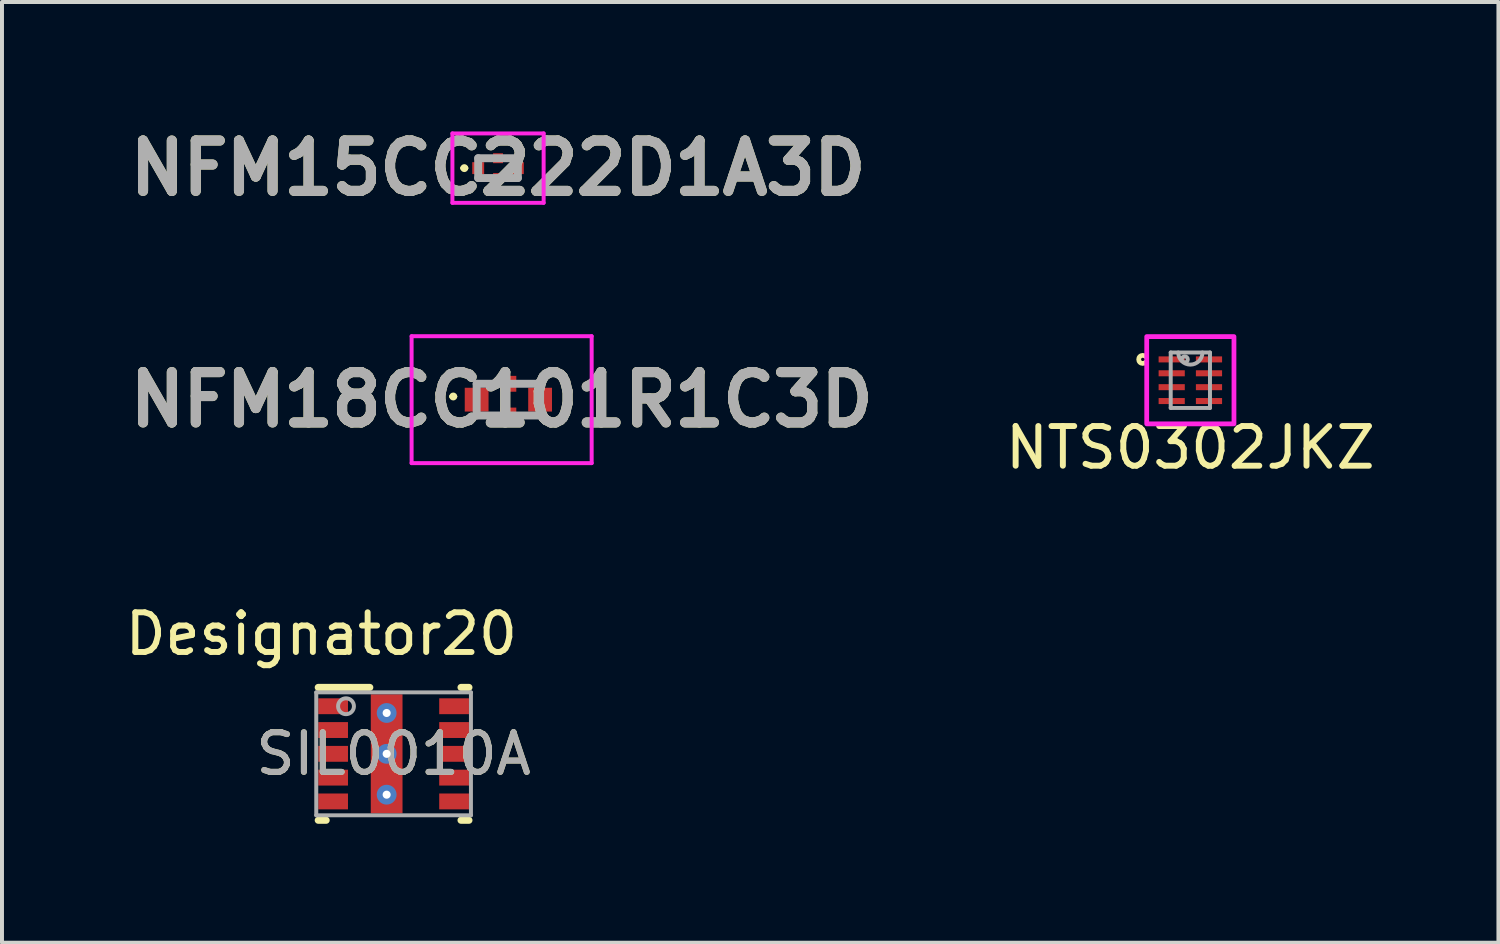
<source format=kicad_pcb>
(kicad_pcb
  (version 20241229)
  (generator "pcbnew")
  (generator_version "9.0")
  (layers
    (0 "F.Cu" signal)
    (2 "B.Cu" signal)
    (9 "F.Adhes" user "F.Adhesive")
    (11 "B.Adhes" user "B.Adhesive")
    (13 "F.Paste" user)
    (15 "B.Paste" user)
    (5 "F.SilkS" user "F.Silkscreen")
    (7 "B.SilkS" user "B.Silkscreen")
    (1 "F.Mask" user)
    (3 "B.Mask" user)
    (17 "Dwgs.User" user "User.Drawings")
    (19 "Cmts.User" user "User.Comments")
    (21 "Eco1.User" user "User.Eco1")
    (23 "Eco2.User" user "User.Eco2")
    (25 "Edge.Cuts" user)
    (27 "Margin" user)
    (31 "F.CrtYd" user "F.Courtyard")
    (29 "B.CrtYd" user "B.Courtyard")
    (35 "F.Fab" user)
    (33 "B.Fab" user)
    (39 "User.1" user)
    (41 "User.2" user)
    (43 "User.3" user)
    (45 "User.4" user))
  (footprint "NFM18CC101R1C3D"
    (layer "F.Cu")
    (at 9.768 7.027)
    (property "Reference" "NFM18CC101R1C3D" (at -0.17 0 0) (layer "F.SilkS") (effects (font (size 1.27 1.27) (thickness 0.254))))
    (attr smd)
    (fp_line (start -1.44 -0.08) (end -1.44 -0.08) (stroke (width 0.1) (type solid)) (layer "F.SilkS"))
    (fp_line (start -1.34 -0.08) (end -1.34 -0.08) (stroke (width 0.1) (type solid)) (layer "F.SilkS"))
    (fp_arc (start -1.44 -0.08) (mid -1.39 -0.13) (end -1.34 -0.08) (stroke (width 0.1) (type solid)) (layer "F.SilkS"))
    (fp_arc (start -1.34 -0.08) (mid -1.39 -0.03) (end -1.44 -0.08) (stroke (width 0.1) (type solid)) (layer "F.SilkS"))
    (fp_line (start -2.44 -1.6) (end 2.1 -1.6) (stroke (width 0.1) (type solid)) (layer "F.CrtYd"))
    (fp_line (start -2.44 1.6) (end -2.44 -1.6) (stroke (width 0.1) (type solid)) (layer "F.CrtYd"))
    (fp_line (start 2.1 -1.6) (end 2.1 1.6) (stroke (width 0.1) (type solid)) (layer "F.CrtYd"))
    (fp_line (start 2.1 1.6) (end -2.44 1.6) (stroke (width 0.1) (type solid)) (layer "F.CrtYd"))
    (fp_line (start -0.8 -0.4) (end 0.8 -0.4) (stroke (width 0.2) (type solid)) (layer "F.Fab"))
    (fp_line (start -0.8 0.4) (end -0.8 -0.4) (stroke (width 0.2) (type solid)) (layer "F.Fab"))
    (fp_line (start 0.8 -0.4) (end 0.8 0.4) (stroke (width 0.2) (type solid)) (layer "F.Fab"))
    (fp_line (start 0.8 0.4) (end -0.8 0.4) (stroke (width 0.2) (type solid)) (layer "F.Fab"))
    (fp_text user "${REFERENCE}" (at -0.17 0 0) (layer "F.Fab") (effects (font (size 1.27 1.27) (thickness 0.254))))
    (pad "1" smd rect (at -0.8 0) (size 0.6 0.6) (layers "F.Cu" "F.Mask" "F.Paste"))
    (pad "2" smd rect (at 0 -0.4) (size 0.4 0.4) (layers "F.Cu" "F.Mask" "F.Paste"))
    (pad "2" smd rect (at 0 0.4) (size 0.4 0.4) (layers "F.Cu" "F.Mask" "F.Paste"))
    (pad "3" smd rect (at 0.8 0) (size 0.6 0.6) (layers "F.Cu" "F.Mask" "F.Paste")))
  (footprint "SIL0010A"
    (layer "F.Cu")
    (at 6.874 15.957)
    (property "Reference" "SIL0010A" (at 0 0 0) (unlocked yes) (layer "F.SilkS") (effects (font (size 1 1) (thickness 0.15))))
    (attr smd)
    (fp_line (start -1.9 -1.675) (end -0.6 -1.675) (stroke (width 0.178) (type solid)) (layer "F.SilkS"))
    (fp_line (start -1.9 1.675) (end -1.7 1.675) (stroke (width 0.178) (type solid)) (layer "F.SilkS"))
    (fp_line (start 1.7 -1.675) (end 1.9 -1.675) (stroke (width 0.178) (type solid)) (layer "F.SilkS"))
    (fp_line (start 1.7 1.675) (end 1.9 1.675) (stroke (width 0.178) (type solid)) (layer "F.SilkS"))
    (fp_poly (pts (xy -0.525 -0.663) (xy -0.525 -1.397) (xy -0.524 -1.407) (xy -0.521 -1.416) (xy -0.517 -1.425) (xy -0.511 -1.432) (xy -0.503 -1.438) (xy -0.495 -1.443) (xy -0.486 -1.446) (xy -0.476 -1.446) (xy 0.126 -1.446) (xy 0.136 -1.446) (xy 0.145 -1.443) (xy 0.153 -1.438) (xy 0.161 -1.432) (xy 0.167 -1.425) (xy 0.171 -1.416) (xy 0.174 -1.407) (xy 0.175 -1.397) (xy 0.175 -0.663) (xy 0.174 -0.653) (xy 0.171 -0.644) (xy 0.167 -0.635) (xy 0.161 -0.628) (xy 0.153 -0.622) (xy 0.145 -0.617) (xy 0.136 -0.614) (xy 0.126 -0.613) (xy -0.476 -0.613) (xy -0.486 -0.614) (xy -0.495 -0.617) (xy -0.503 -0.622) (xy -0.511 -0.628) (xy -0.517 -0.635) (xy -0.521 -0.644) (xy -0.524 -0.653)) (stroke (width 0) (type solid)) (fill yes) (layer "F.Paste"))
    (fp_poly (pts (xy -0.525 0.367) (xy -0.525 -0.367) (xy -0.524 -0.377) (xy -0.521 -0.386) (xy -0.517 -0.395) (xy -0.511 -0.402) (xy -0.503 -0.408) (xy -0.495 -0.413) (xy -0.486 -0.416) (xy -0.476 -0.416) (xy 0.126 -0.416) (xy 0.136 -0.416) (xy 0.145 -0.413) (xy 0.153 -0.408) (xy 0.161 -0.402) (xy 0.167 -0.395) (xy 0.171 -0.386) (xy 0.174 -0.377) (xy 0.175 -0.367) (xy 0.175 0.367) (xy 0.174 0.377) (xy 0.171 0.386) (xy 0.167 0.395) (xy 0.161 0.402) (xy 0.153 0.408) (xy 0.145 0.413) (xy 0.136 0.416) (xy 0.126 0.416) (xy -0.476 0.416) (xy -0.486 0.416) (xy -0.495 0.413) (xy -0.503 0.408) (xy -0.511 0.402) (xy -0.517 0.395) (xy -0.521 0.386) (xy -0.524 0.377)) (stroke (width 0) (type solid)) (fill yes) (layer "F.Paste"))
    (fp_poly (pts (xy -0.525 1.397) (xy -0.525 0.663) (xy -0.524 0.653) (xy -0.521 0.644) (xy -0.517 0.635) (xy -0.511 0.628) (xy -0.503 0.622) (xy -0.495 0.617) (xy -0.486 0.614) (xy -0.476 0.613) (xy 0.126 0.613) (xy 0.136 0.614) (xy 0.145 0.617) (xy 0.153 0.622) (xy 0.161 0.628) (xy 0.167 0.635) (xy 0.171 0.644) (xy 0.174 0.653) (xy 0.175 0.663) (xy 0.175 1.397) (xy 0.174 1.407) (xy 0.171 1.416) (xy 0.167 1.425) (xy 0.161 1.432) (xy 0.153 1.438) (xy 0.145 1.443) (xy 0.136 1.446) (xy 0.126 1.446) (xy -0.476 1.446) (xy -0.486 1.446) (xy -0.495 1.443) (xy -0.503 1.438) (xy -0.511 1.432) (xy -0.517 1.425) (xy -0.521 1.416) (xy -0.524 1.407)) (stroke (width 0) (type solid)) (fill yes) (layer "F.Paste"))
    (fp_line (start -1.95 -1.55) (end 1.95 -1.55) (stroke (width 0.1) (type solid)) (layer "F.Fab"))
    (fp_line (start -1.95 1.55) (end -1.95 -1.55) (stroke (width 0.1) (type solid)) (layer "F.Fab"))
    (fp_line (start -1.95 1.55) (end 1.95 1.55) (stroke (width 0.1) (type solid)) (layer "F.Fab"))
    (fp_line (start 1.95 1.55) (end 1.95 -1.55) (stroke (width 0.1) (type solid)) (layer "F.Fab"))
    (fp_circle (center -1.2 -1.2) (end -1 -1.2) (stroke (width 0.1) (type solid)) (fill no) (layer "F.Fab"))
    (fp_text user "Designator20" (at -1.821 -3.023 0) (unlocked yes) (layer "F.SilkS") (effects (font (size 1 1) (thickness 0.15))))
    (fp_text user "${REFERENCE}" (at 0 0 0) (unlocked yes) (layer "F.Fab") (effects (font (size 1 1) (thickness 0.15))))
    (pad "1" smd rect (at -1.525 -1.2) (size 0.75 0.4) (layers "F.Cu" "F.Mask" "F.Paste"))
    (pad "2" smd rect (at -1.525 -0.6) (size 0.75 0.4) (layers "F.Cu" "F.Mask" "F.Paste"))
    (pad "3" smd rect (at -1.525 0.000003) (size 0.75 0.4) (layers "F.Cu" "F.Mask" "F.Paste"))
    (pad "4" smd rect (at -1.525 0.6) (size 0.75 0.4) (layers "F.Cu" "F.Mask" "F.Paste"))
    (pad "5" smd rect (at -1.525 1.2) (size 0.75 0.4) (layers "F.Cu" "F.Mask" "F.Paste"))
    (pad "6" smd rect (at 1.525 1.2) (size 0.75 0.4) (layers "F.Cu" "F.Mask" "F.Paste"))
    (pad "7" smd rect (at 1.525 0.6) (size 0.75 0.4) (layers "F.Cu" "F.Mask" "F.Paste"))
    (pad "8" smd rect (at 1.525 0.000003) (size 0.75 0.4) (layers "F.Cu" "F.Mask" "F.Paste"))
    (pad "9" smd rect (at 1.525 -0.6) (size 0.75 0.4) (layers "F.Cu" "F.Mask" "F.Paste"))
    (pad "10" smd rect (at 1.525 -1.2) (size 0.75 0.4) (layers "F.Cu" "F.Mask" "F.Paste"))
    (pad "11" smd rect (at -0.175 0) (size 0.8 3) (layers "F.Cu" "F.Mask"))
    (pad "V" thru_hole circle (at -0.175 -1.03) (size 0.5 0.5) (drill 0.203) (layers "*.Cu" "*.Mask"))
    (pad "V" thru_hole circle (at -0.175 0) (size 0.5 0.5) (drill 0.203) (layers "*.Cu" "*.Mask"))
    (pad "V" thru_hole circle (at -0.175 1.03) (size 0.5 0.5) (drill 0.203) (layers "*.Cu" "*.Mask")))
  (footprint "NFM15CC222D1A3D"
    (layer "F.Cu")
    (at 9.507 1.189)
    (property "Reference" "NFM15CC222D1A3D" (at 0 0 0) (layer "F.SilkS") (effects (font (size 1.27 1.27) (thickness 0.254))))
    (attr smd)
    (fp_line (start -0.9 0) (end -0.9 0) (stroke (width 0.1) (type solid)) (layer "F.SilkS"))
    (fp_line (start -0.8 0) (end -0.8 0) (stroke (width 0.1) (type solid)) (layer "F.SilkS"))
    (fp_arc (start -0.9 0) (mid -0.85 -0.05) (end -0.8 0) (stroke (width 0.1) (type solid)) (layer "F.SilkS"))
    (fp_arc (start -0.8 0) (mid -0.85 0.05) (end -0.9 0) (stroke (width 0.1) (type solid)) (layer "F.SilkS"))
    (fp_line (start -1.15 -0.875) (end 1.15 -0.875) (stroke (width 0.1) (type solid)) (layer "F.CrtYd"))
    (fp_line (start -1.15 0.875) (end -1.15 -0.875) (stroke (width 0.1) (type solid)) (layer "F.CrtYd"))
    (fp_line (start 1.15 -0.875) (end 1.15 0.875) (stroke (width 0.1) (type solid)) (layer "F.CrtYd"))
    (fp_line (start 1.15 0.875) (end -1.15 0.875) (stroke (width 0.1) (type solid)) (layer "F.CrtYd"))
    (fp_line (start -0.5 -0.25) (end 0.5 -0.25) (stroke (width 0.2) (type solid)) (layer "F.Fab"))
    (fp_line (start -0.5 0.25) (end -0.5 -0.25) (stroke (width 0.2) (type solid)) (layer "F.Fab"))
    (fp_line (start 0.5 -0.25) (end 0.5 0.25) (stroke (width 0.2) (type solid)) (layer "F.Fab"))
    (fp_line (start 0.5 0.25) (end -0.5 0.25) (stroke (width 0.2) (type solid)) (layer "F.Fab"))
    (fp_text user "${REFERENCE}" (at 0 0 0) (layer "F.Fab") (effects (font (size 1.27 1.27) (thickness 0.254))))
    (pad "1" smd rect (at -0.5 0) (size 0.3 0.3) (layers "F.Cu" "F.Mask" "F.Paste"))
    (pad "2" smd rect (at 0 0.25) (size 0.25 0.25) (layers "F.Cu" "F.Mask" "F.Paste"))
    (pad "3" smd rect (at 0.5 0) (size 0.3 0.3) (layers "F.Cu" "F.Mask" "F.Paste"))
    (pad "4" smd rect (at 0 -0.25) (size 0.25 0.25) (layers "F.Cu" "F.Mask" "F.Paste")))
  (footprint "NTS0302JKZ"
    (layer "F.Cu")
    (at 26.963 6.537)
    (property "Reference" "NTS0302JKZ" (at 0 1.7 0) (layer "F.SilkS") (effects (font (size 1 1) (thickness 0.15))))
    (attr through_hole)
    (fp_arc (start -1.13284 -0.449565) (mid -1.3025 -0.525) (end -1.13284 -0.600435) (stroke (width 0.12) (type solid)) (layer "F.SilkS"))
    (fp_rect (start -1.1 -1.1) (end 1.1 1.1) (stroke (width 0.12) (type solid)) (fill no) (layer "F.CrtYd"))
    (fp_line (start -0.495 -0.699) (end -0.495 0.699) (stroke (width 0.1) (type solid)) (layer "F.Fab"))
    (fp_line (start -0.495 0.699) (end 0.495 0.699) (stroke (width 0.1) (type solid)) (layer "F.Fab"))
    (fp_line (start 0.495 -0.699) (end -0.495 -0.699) (stroke (width 0.1) (type solid)) (layer "F.Fab"))
    (fp_line (start 0.495 0.699) (end 0.495 -0.699) (stroke (width 0.1) (type solid)) (layer "F.Fab"))
    (fp_arc (start 0.3048 -0.6985) (mid 0 -0.3937) (end -0.3048 -0.6985) (stroke (width 0.1) (type solid)) (layer "F.Fab"))
    (fp_circle (center -0.14 -0.525) (end -0.064 -0.525) (stroke (width 0.1) (type solid)) (fill no) (layer "F.Fab"))
    (pad "1" smd rect (at -0.47 -0.525) (size 0.66 0.152) (layers "F.Cu" "F.Mask" "F.Paste"))
    (pad "2" smd rect (at -0.47 -0.175) (size 0.66 0.152) (layers "F.Cu" "F.Mask" "F.Paste"))
    (pad "3" smd rect (at -0.47 0.175) (size 0.66 0.152) (layers "F.Cu" "F.Mask" "F.Paste"))
    (pad "4" smd rect (at -0.47 0.525) (size 0.66 0.152) (layers "F.Cu" "F.Mask" "F.Paste"))
    (pad "5" smd rect (at 0.47 0.525) (size 0.66 0.152) (layers "F.Cu" "F.Mask" "F.Paste"))
    (pad "6" smd rect (at 0.47 0.175) (size 0.66 0.152) (layers "F.Cu" "F.Mask" "F.Paste"))
    (pad "7" smd rect (at 0.47 -0.175) (size 0.66 0.152) (layers "F.Cu" "F.Mask" "F.Paste"))
    (pad "8" smd rect (at 0.47 -0.525) (size 0.66 0.152) (layers "F.Cu" "F.Mask" "F.Paste")))
  (gr_rect
    (start -3 -3)
    (end 34.731 20.72)
    (stroke (width 0.1) (type default))
    (fill no)
    (layer "Edge.Cuts")))
</source>
